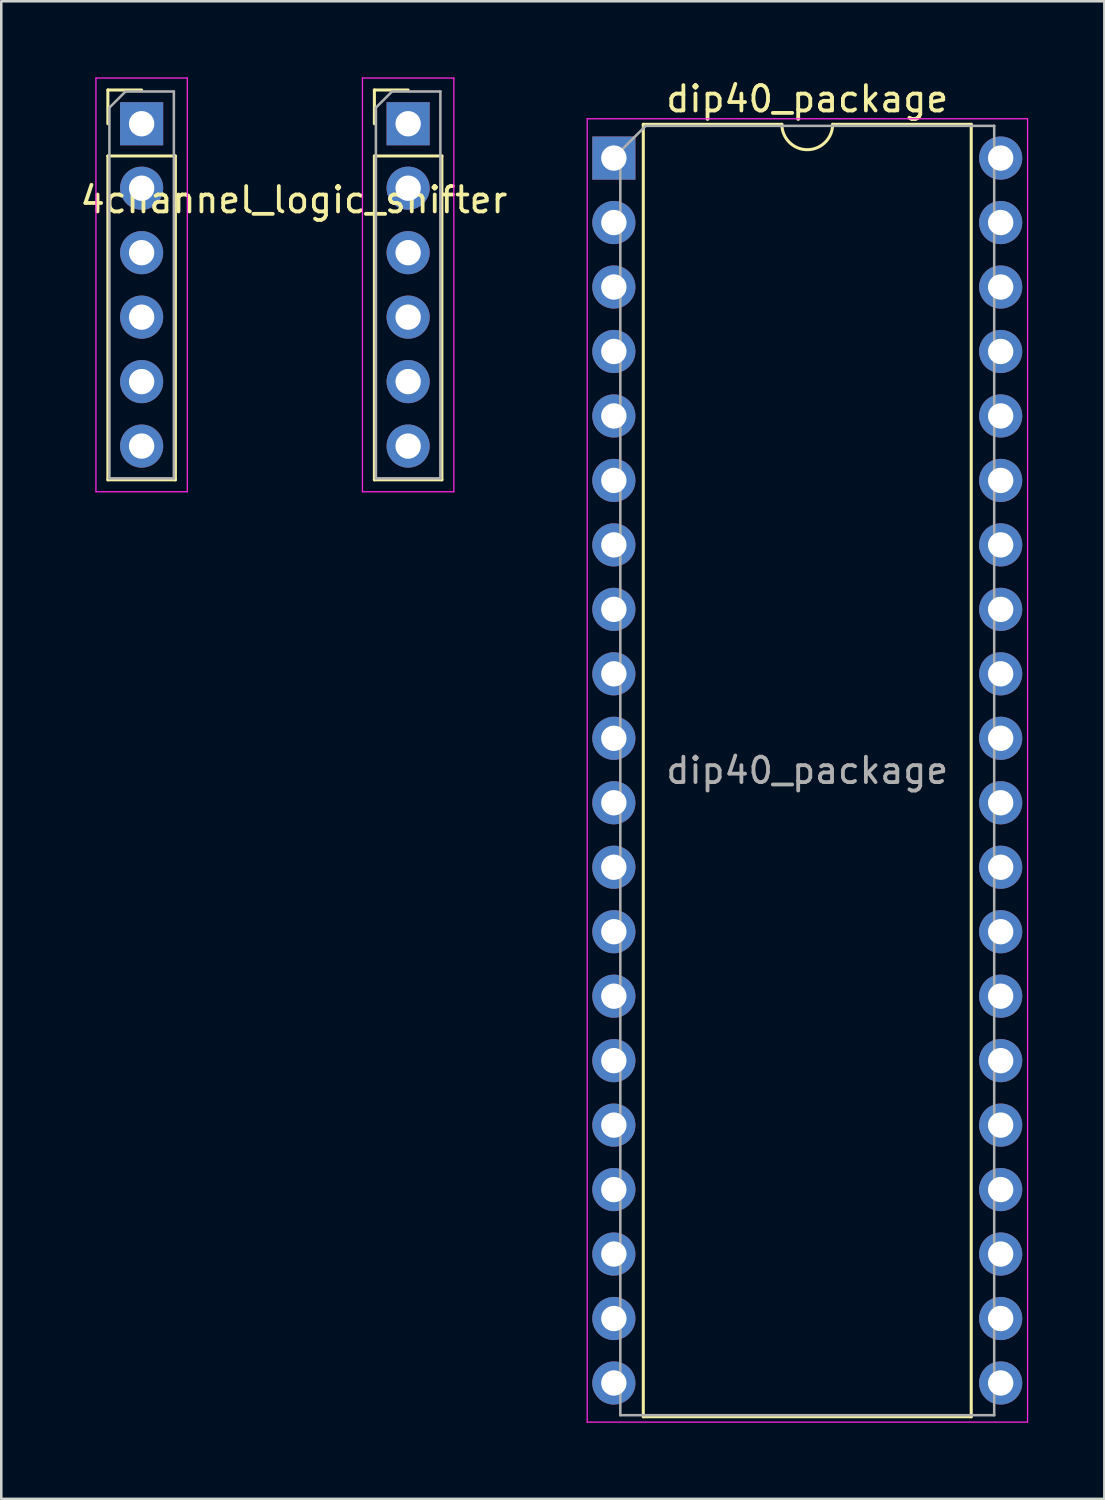
<source format=kicad_pcb>
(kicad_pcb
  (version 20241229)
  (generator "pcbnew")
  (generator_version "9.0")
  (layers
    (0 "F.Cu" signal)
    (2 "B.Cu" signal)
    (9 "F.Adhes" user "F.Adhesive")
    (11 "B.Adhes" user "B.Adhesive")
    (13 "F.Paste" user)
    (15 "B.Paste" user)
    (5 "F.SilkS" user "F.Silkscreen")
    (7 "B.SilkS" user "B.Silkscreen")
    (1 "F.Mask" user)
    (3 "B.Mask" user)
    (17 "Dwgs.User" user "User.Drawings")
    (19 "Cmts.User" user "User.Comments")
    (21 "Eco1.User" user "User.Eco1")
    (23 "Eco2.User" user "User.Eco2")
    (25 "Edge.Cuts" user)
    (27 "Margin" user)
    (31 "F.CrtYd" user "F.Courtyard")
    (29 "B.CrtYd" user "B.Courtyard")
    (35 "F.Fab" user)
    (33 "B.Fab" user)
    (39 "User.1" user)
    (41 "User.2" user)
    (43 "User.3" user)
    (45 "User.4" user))
  (footprint "4channel_logic_shifter"
    (layer "F.Cu")
    (at 2.53 1.825)
    (property "Reference" "4channel_logic_shifter" (at 6 3 0) (layer "F.SilkS") (effects (font (size 1 1) (thickness 0.15))))
    (attr through_hole)
    (fp_line (start -1.33 -1.33) (end 0 -1.33) (stroke (width 0.12) (type solid)) (layer "F.SilkS"))
    (fp_line (start -1.33 0) (end -1.33 -1.33) (stroke (width 0.12) (type solid)) (layer "F.SilkS"))
    (fp_line (start -1.33 1.27) (end -1.33 14.03) (stroke (width 0.12) (type solid)) (layer "F.SilkS"))
    (fp_line (start -1.33 1.27) (end 1.33 1.27) (stroke (width 0.12) (type solid)) (layer "F.SilkS"))
    (fp_line (start -1.33 14.03) (end 1.33 14.03) (stroke (width 0.12) (type solid)) (layer "F.SilkS"))
    (fp_line (start 1.33 1.27) (end 1.33 14.03) (stroke (width 0.12) (type solid)) (layer "F.SilkS"))
    (fp_line (start 9.17 -1.33) (end 10.5 -1.33) (stroke (width 0.12) (type solid)) (layer "F.SilkS"))
    (fp_line (start 9.17 0) (end 9.17 -1.33) (stroke (width 0.12) (type solid)) (layer "F.SilkS"))
    (fp_line (start 9.17 1.27) (end 9.17 14.03) (stroke (width 0.12) (type solid)) (layer "F.SilkS"))
    (fp_line (start 9.17 1.27) (end 11.83 1.27) (stroke (width 0.12) (type solid)) (layer "F.SilkS"))
    (fp_line (start 9.17 14.03) (end 11.83 14.03) (stroke (width 0.12) (type solid)) (layer "F.SilkS"))
    (fp_line (start 11.83 1.27) (end 11.83 14.03) (stroke (width 0.12) (type solid)) (layer "F.SilkS"))
    (fp_line (start -1.8 -1.8) (end -1.8 14.5) (stroke (width 0.05) (type solid)) (layer "F.CrtYd"))
    (fp_line (start -1.8 14.5) (end 1.8 14.5) (stroke (width 0.05) (type solid)) (layer "F.CrtYd"))
    (fp_line (start 1.8 -1.8) (end -1.8 -1.8) (stroke (width 0.05) (type solid)) (layer "F.CrtYd"))
    (fp_line (start 1.8 14.5) (end 1.8 -1.8) (stroke (width 0.05) (type solid)) (layer "F.CrtYd"))
    (fp_line (start 8.7 -1.8) (end 8.7 14.5) (stroke (width 0.05) (type solid)) (layer "F.CrtYd"))
    (fp_line (start 8.7 14.5) (end 12.3 14.5) (stroke (width 0.05) (type solid)) (layer "F.CrtYd"))
    (fp_line (start 12.3 -1.8) (end 8.7 -1.8) (stroke (width 0.05) (type solid)) (layer "F.CrtYd"))
    (fp_line (start 12.3 14.5) (end 12.3 -1.8) (stroke (width 0.05) (type solid)) (layer "F.CrtYd"))
    (fp_line (start -1.27 -0.635) (end -0.635 -1.27) (stroke (width 0.1) (type solid)) (layer "F.Fab"))
    (fp_line (start -1.27 13.97) (end -1.27 -0.635) (stroke (width 0.1) (type solid)) (layer "F.Fab"))
    (fp_line (start -0.635 -1.27) (end 1.27 -1.27) (stroke (width 0.1) (type solid)) (layer "F.Fab"))
    (fp_line (start 1.27 -1.27) (end 1.27 13.97) (stroke (width 0.1) (type solid)) (layer "F.Fab"))
    (fp_line (start 1.27 13.97) (end -1.27 13.97) (stroke (width 0.1) (type solid)) (layer "F.Fab"))
    (fp_line (start 9.23 -0.635) (end 9.865 -1.27) (stroke (width 0.1) (type solid)) (layer "F.Fab"))
    (fp_line (start 9.23 13.97) (end 9.23 -0.635) (stroke (width 0.1) (type solid)) (layer "F.Fab"))
    (fp_line (start 9.865 -1.27) (end 11.77 -1.27) (stroke (width 0.1) (type solid)) (layer "F.Fab"))
    (fp_line (start 11.77 -1.27) (end 11.77 13.97) (stroke (width 0.1) (type solid)) (layer "F.Fab"))
    (fp_line (start 11.77 13.97) (end 9.23 13.97) (stroke (width 0.1) (type solid)) (layer "F.Fab"))
    (pad "1" thru_hole rect (at 0 0) (size 1.7 1.7) (drill 1) (layers "*.Cu" "*.Mask"))
    (pad "2" thru_hole oval (at 0 2.54) (size 1.7 1.7) (drill 1) (layers "*.Cu" "*.Mask"))
    (pad "3" thru_hole oval (at 0 5.08) (size 1.7 1.7) (drill 1) (layers "*.Cu" "*.Mask"))
    (pad "4" thru_hole oval (at 0 7.62) (size 1.7 1.7) (drill 1) (layers "*.Cu" "*.Mask"))
    (pad "5" thru_hole oval (at 0 10.16) (size 1.7 1.7) (drill 1) (layers "*.Cu" "*.Mask"))
    (pad "6" thru_hole oval (at 0 12.7) (size 1.7 1.7) (drill 1) (layers "*.Cu" "*.Mask"))
    (pad "7" thru_hole rect (at 10.5 0) (size 1.7 1.7) (drill 1) (layers "*.Cu" "*.Mask"))
    (pad "8" thru_hole oval (at 10.5 2.54) (size 1.7 1.7) (drill 1) (layers "*.Cu" "*.Mask"))
    (pad "9" thru_hole oval (at 10.5 5.08) (size 1.7 1.7) (drill 1) (layers "*.Cu" "*.Mask"))
    (pad "10" thru_hole oval (at 10.5 7.62) (size 1.7 1.7) (drill 1) (layers "*.Cu" "*.Mask"))
    (pad "11" thru_hole oval (at 10.5 10.16) (size 1.7 1.7) (drill 1) (layers "*.Cu" "*.Mask"))
    (pad "12" thru_hole oval (at 10.5 12.7) (size 1.7 1.7) (drill 1) (layers "*.Cu" "*.Mask")))
  (footprint "dip40_package"
    (layer "F.Cu")
    (at 21.135 3.178)
    (property "Reference" "dip40_package" (at 7.62 -2.33 0) (layer "F.SilkS") (effects (font (size 1 1) (thickness 0.15))))
    (attr through_hole)
    (fp_line (start 1.16 -1.33) (end 1.16 49.59) (stroke (width 0.12) (type solid)) (layer "F.SilkS"))
    (fp_line (start 1.16 49.59) (end 14.08 49.59) (stroke (width 0.12) (type solid)) (layer "F.SilkS"))
    (fp_line (start 6.62 -1.33) (end 1.16 -1.33) (stroke (width 0.12) (type solid)) (layer "F.SilkS"))
    (fp_line (start 14.08 -1.33) (end 8.62 -1.33) (stroke (width 0.12) (type solid)) (layer "F.SilkS"))
    (fp_line (start 14.08 49.59) (end 14.08 -1.33) (stroke (width 0.12) (type solid)) (layer "F.SilkS"))
    (fp_arc (start 8.62 -1.33) (mid 7.62 -0.33) (end 6.62 -1.33) (stroke (width 0.12) (type solid)) (layer "F.SilkS"))
    (fp_line (start -1.05 -1.55) (end -1.05 49.8) (stroke (width 0.05) (type solid)) (layer "F.CrtYd"))
    (fp_line (start -1.05 49.8) (end 16.3 49.8) (stroke (width 0.05) (type solid)) (layer "F.CrtYd"))
    (fp_line (start 16.3 -1.55) (end -1.05 -1.55) (stroke (width 0.05) (type solid)) (layer "F.CrtYd"))
    (fp_line (start 16.3 49.8) (end 16.3 -1.55) (stroke (width 0.05) (type solid)) (layer "F.CrtYd"))
    (fp_line (start 0.255 -0.27) (end 1.255 -1.27) (stroke (width 0.1) (type solid)) (layer "F.Fab"))
    (fp_line (start 0.255 49.53) (end 0.255 -0.27) (stroke (width 0.1) (type solid)) (layer "F.Fab"))
    (fp_line (start 1.255 -1.27) (end 14.985 -1.27) (stroke (width 0.1) (type solid)) (layer "F.Fab"))
    (fp_line (start 14.985 -1.27) (end 14.985 49.53) (stroke (width 0.1) (type solid)) (layer "F.Fab"))
    (fp_line (start 14.985 49.53) (end 0.255 49.53) (stroke (width 0.1) (type solid)) (layer "F.Fab"))
    (fp_text user "${REFERENCE}" (at 7.62 24.13 0) (layer "F.Fab") (effects (font (size 1 1) (thickness 0.15))))
    (pad "1" thru_hole rect (at 0 0) (size 1.7 1.7) (drill 1) (layers "*.Cu" "*.Mask"))
    (pad "2" thru_hole oval (at 0 2.54) (size 1.7 1.7) (drill 1) (layers "*.Cu" "*.Mask"))
    (pad "3" thru_hole oval (at 0 5.08) (size 1.7 1.7) (drill 1) (layers "*.Cu" "*.Mask"))
    (pad "4" thru_hole oval (at 0 7.62) (size 1.7 1.7) (drill 1) (layers "*.Cu" "*.Mask"))
    (pad "5" thru_hole oval (at 0 10.16) (size 1.7 1.7) (drill 1) (layers "*.Cu" "*.Mask"))
    (pad "6" thru_hole oval (at 0 12.7) (size 1.7 1.7) (drill 1) (layers "*.Cu" "*.Mask"))
    (pad "7" thru_hole oval (at 0 15.24) (size 1.7 1.7) (drill 1) (layers "*.Cu" "*.Mask"))
    (pad "8" thru_hole oval (at 0 17.78) (size 1.7 1.7) (drill 1) (layers "*.Cu" "*.Mask"))
    (pad "9" thru_hole oval (at 0 20.32) (size 1.7 1.7) (drill 1) (layers "*.Cu" "*.Mask"))
    (pad "10" thru_hole oval (at 0 22.86) (size 1.7 1.7) (drill 1) (layers "*.Cu" "*.Mask"))
    (pad "11" thru_hole oval (at 0 25.4) (size 1.7 1.7) (drill 1) (layers "*.Cu" "*.Mask"))
    (pad "12" thru_hole oval (at 0 27.94) (size 1.7 1.7) (drill 1) (layers "*.Cu" "*.Mask"))
    (pad "13" thru_hole oval (at 0 30.48) (size 1.7 1.7) (drill 1) (layers "*.Cu" "*.Mask"))
    (pad "14" thru_hole oval (at 0 33.02) (size 1.7 1.7) (drill 1) (layers "*.Cu" "*.Mask"))
    (pad "15" thru_hole oval (at 0 35.56) (size 1.7 1.7) (drill 1) (layers "*.Cu" "*.Mask"))
    (pad "16" thru_hole oval (at 0 38.1) (size 1.7 1.7) (drill 1) (layers "*.Cu" "*.Mask"))
    (pad "17" thru_hole oval (at 0 40.64) (size 1.7 1.7) (drill 1) (layers "*.Cu" "*.Mask"))
    (pad "18" thru_hole oval (at 0 43.18) (size 1.7 1.7) (drill 1) (layers "*.Cu" "*.Mask"))
    (pad "19" thru_hole oval (at 0 45.72) (size 1.7 1.7) (drill 1) (layers "*.Cu" "*.Mask"))
    (pad "20" thru_hole oval (at 0 48.26) (size 1.7 1.7) (drill 1) (layers "*.Cu" "*.Mask"))
    (pad "21" thru_hole oval (at 15.24 48.26) (size 1.7 1.7) (drill 1) (layers "*.Cu" "*.Mask"))
    (pad "22" thru_hole oval (at 15.24 45.72) (size 1.7 1.7) (drill 1) (layers "*.Cu" "*.Mask"))
    (pad "23" thru_hole oval (at 15.24 43.18) (size 1.7 1.7) (drill 1) (layers "*.Cu" "*.Mask"))
    (pad "24" thru_hole oval (at 15.24 40.64) (size 1.7 1.7) (drill 1) (layers "*.Cu" "*.Mask"))
    (pad "25" thru_hole oval (at 15.24 38.1) (size 1.7 1.7) (drill 1) (layers "*.Cu" "*.Mask"))
    (pad "26" thru_hole oval (at 15.24 35.56) (size 1.7 1.7) (drill 1) (layers "*.Cu" "*.Mask"))
    (pad "27" thru_hole oval (at 15.24 33.02) (size 1.7 1.7) (drill 1) (layers "*.Cu" "*.Mask"))
    (pad "28" thru_hole oval (at 15.24 30.48) (size 1.7 1.7) (drill 1) (layers "*.Cu" "*.Mask"))
    (pad "29" thru_hole oval (at 15.24 27.94) (size 1.7 1.7) (drill 1) (layers "*.Cu" "*.Mask"))
    (pad "30" thru_hole oval (at 15.24 25.4) (size 1.7 1.7) (drill 1) (layers "*.Cu" "*.Mask"))
    (pad "31" thru_hole oval (at 15.24 22.86) (size 1.7 1.7) (drill 1) (layers "*.Cu" "*.Mask"))
    (pad "32" thru_hole oval (at 15.24 20.32) (size 1.7 1.7) (drill 1) (layers "*.Cu" "*.Mask"))
    (pad "33" thru_hole oval (at 15.24 17.78) (size 1.7 1.7) (drill 1) (layers "*.Cu" "*.Mask"))
    (pad "34" thru_hole oval (at 15.24 15.24) (size 1.7 1.7) (drill 1) (layers "*.Cu" "*.Mask"))
    (pad "35" thru_hole oval (at 15.24 12.7) (size 1.7 1.7) (drill 1) (layers "*.Cu" "*.Mask"))
    (pad "36" thru_hole oval (at 15.24 10.16) (size 1.7 1.7) (drill 1) (layers "*.Cu" "*.Mask"))
    (pad "37" thru_hole oval (at 15.24 7.62) (size 1.7 1.7) (drill 1) (layers "*.Cu" "*.Mask"))
    (pad "38" thru_hole oval (at 15.24 5.08) (size 1.7 1.7) (drill 1) (layers "*.Cu" "*.Mask"))
    (pad "39" thru_hole oval (at 15.24 2.54) (size 1.7 1.7) (drill 1) (layers "*.Cu" "*.Mask"))
    (pad "40" thru_hole oval (at 15.24 0) (size 1.7 1.7) (drill 1) (layers "*.Cu" "*.Mask")))
  (gr_rect
    (start -3 -3)
    (end 40.46 56.003)
    (stroke (width 0.1) (type default))
    (fill no)
    (layer "Edge.Cuts")))
</source>
